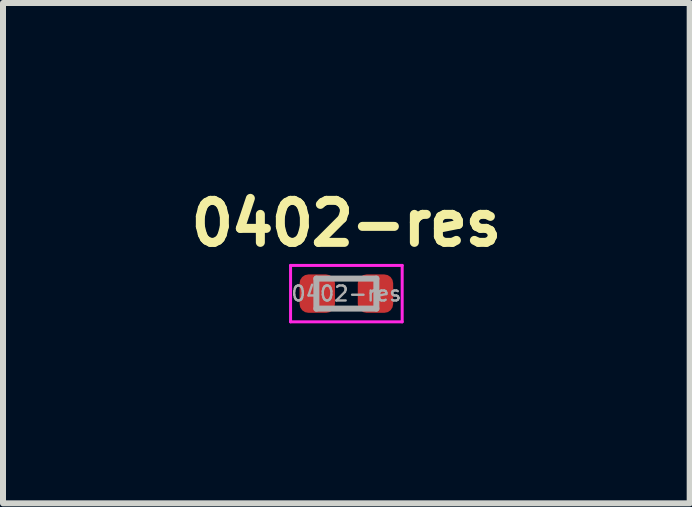
<source format=kicad_pcb>
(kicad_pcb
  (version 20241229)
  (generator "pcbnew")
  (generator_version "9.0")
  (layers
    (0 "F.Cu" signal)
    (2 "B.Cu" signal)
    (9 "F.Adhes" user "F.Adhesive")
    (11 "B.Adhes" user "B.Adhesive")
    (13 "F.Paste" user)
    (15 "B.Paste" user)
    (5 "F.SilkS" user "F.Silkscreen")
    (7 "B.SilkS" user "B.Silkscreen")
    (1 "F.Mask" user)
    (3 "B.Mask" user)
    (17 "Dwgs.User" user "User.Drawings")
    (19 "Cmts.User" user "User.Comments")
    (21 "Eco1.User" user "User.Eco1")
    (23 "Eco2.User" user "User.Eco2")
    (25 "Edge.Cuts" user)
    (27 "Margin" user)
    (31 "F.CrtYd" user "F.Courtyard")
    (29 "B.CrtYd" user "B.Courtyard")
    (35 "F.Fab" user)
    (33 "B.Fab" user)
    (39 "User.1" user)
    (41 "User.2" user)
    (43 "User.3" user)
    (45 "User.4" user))
  (footprint "0402-res"
    (layer "F.Cu")
    (at 2.722 1.843)
    (property "Reference" "0402-res" (at 0 -1.17 0) (layer "F.SilkS") (effects (font (size 0.7 0.7) (thickness 0.15))))
    (attr smd)
    (fp_line (start -0.93 -0.47) (end 0.93 -0.47) (stroke (width 0.05) (type solid)) (layer "F.CrtYd"))
    (fp_line (start -0.93 0.47) (end -0.93 -0.47) (stroke (width 0.05) (type solid)) (layer "F.CrtYd"))
    (fp_line (start 0.93 -0.47) (end 0.93 0.47) (stroke (width 0.05) (type solid)) (layer "F.CrtYd"))
    (fp_line (start 0.93 0.47) (end -0.93 0.47) (stroke (width 0.05) (type solid)) (layer "F.CrtYd"))
    (fp_line (start -0.5 -0.25) (end 0.5 -0.25) (stroke (width 0.1) (type solid)) (layer "F.Fab"))
    (fp_line (start -0.5 0.25) (end -0.5 -0.25) (stroke (width 0.1) (type solid)) (layer "F.Fab"))
    (fp_line (start 0.5 -0.25) (end 0.5 0.25) (stroke (width 0.1) (type solid)) (layer "F.Fab"))
    (fp_line (start 0.5 0.25) (end -0.5 0.25) (stroke (width 0.1) (type solid)) (layer "F.Fab"))
    (fp_text user "${REFERENCE}" (at 0 0 0) (layer "F.Fab") (effects (font (size 0.25 0.25) (thickness 0.04))))
    (pad "1" smd roundrect (at -0.485 0) (size 0.59 0.64) (layers "F.Cu" "F.Mask" "F.Paste") (roundrect_rratio 0.25))
    (pad "2" smd roundrect (at 0.485 0) (size 0.59 0.64) (layers "F.Cu" "F.Mask" "F.Paste") (roundrect_rratio 0.25)))
  (gr_rect
    (start -3 -3)
    (end 8.443 5.338)
    (stroke (width 0.1) (type default))
    (fill no)
    (layer "Edge.Cuts")))
</source>
